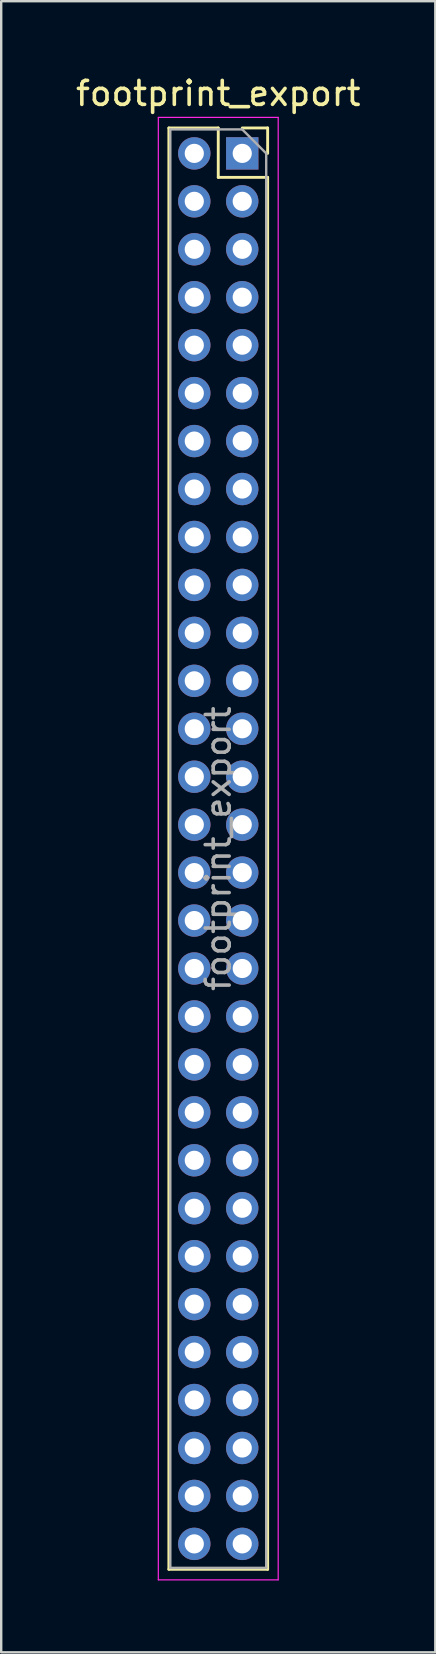
<source format=kicad_pcb>
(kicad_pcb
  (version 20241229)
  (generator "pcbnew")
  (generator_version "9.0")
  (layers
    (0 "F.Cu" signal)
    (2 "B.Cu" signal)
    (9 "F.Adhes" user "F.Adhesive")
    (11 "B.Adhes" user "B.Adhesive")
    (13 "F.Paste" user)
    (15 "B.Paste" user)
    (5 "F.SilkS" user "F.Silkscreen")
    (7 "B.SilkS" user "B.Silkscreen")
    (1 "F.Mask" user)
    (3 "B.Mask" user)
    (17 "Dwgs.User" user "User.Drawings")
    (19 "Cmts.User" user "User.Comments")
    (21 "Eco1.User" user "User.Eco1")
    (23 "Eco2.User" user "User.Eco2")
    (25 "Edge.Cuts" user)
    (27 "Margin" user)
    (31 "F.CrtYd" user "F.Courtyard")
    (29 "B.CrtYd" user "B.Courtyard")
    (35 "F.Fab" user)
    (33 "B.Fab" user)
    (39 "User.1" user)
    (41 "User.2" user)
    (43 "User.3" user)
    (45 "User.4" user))
  (footprint "footprint_export"
    (layer "F.Cu")
    (at 7.054 3.348)
    (property "Reference" "footprint_export" (at -1 -2.5 0) (layer "F.SilkS") (effects (font (size 1 1) (thickness 0.15))))
    (attr through_hole)
    (fp_line (start -3.06 -1.06) (end -3.06 59.06) (stroke (width 0.12) (type solid)) (layer "F.SilkS"))
    (fp_line (start -3.06 -1.06) (end -1 -1.06) (stroke (width 0.12) (type solid)) (layer "F.SilkS"))
    (fp_line (start -3.06 59.06) (end 1.06 59.06) (stroke (width 0.12) (type solid)) (layer "F.SilkS"))
    (fp_line (start -1 -1.06) (end -1 1) (stroke (width 0.12) (type solid)) (layer "F.SilkS"))
    (fp_line (start -1 1) (end 1.06 1) (stroke (width 0.12) (type solid)) (layer "F.SilkS"))
    (fp_line (start 0 -1.06) (end 1.06 -1.06) (stroke (width 0.12) (type solid)) (layer "F.SilkS"))
    (fp_line (start 1.06 -1.06) (end 1.06 0) (stroke (width 0.12) (type solid)) (layer "F.SilkS"))
    (fp_line (start 1.06 1) (end 1.06 59.06) (stroke (width 0.12) (type solid)) (layer "F.SilkS"))
    (fp_line (start -3.5 -1.5) (end 1.5 -1.5) (stroke (width 0.05) (type solid)) (layer "F.CrtYd"))
    (fp_line (start -3.5 59.5) (end -3.5 -1.5) (stroke (width 0.05) (type solid)) (layer "F.CrtYd"))
    (fp_line (start 1.5 -1.5) (end 1.5 59.5) (stroke (width 0.05) (type solid)) (layer "F.CrtYd"))
    (fp_line (start 1.5 59.5) (end -3.5 59.5) (stroke (width 0.05) (type solid)) (layer "F.CrtYd"))
    (fp_line (start -3 -1) (end 0 -1) (stroke (width 0.1) (type solid)) (layer "F.Fab"))
    (fp_line (start -3 59) (end -3 -1) (stroke (width 0.1) (type solid)) (layer "F.Fab"))
    (fp_line (start 0 -1) (end 1 0) (stroke (width 0.1) (type solid)) (layer "F.Fab"))
    (fp_line (start 1 0) (end 1 59) (stroke (width 0.1) (type solid)) (layer "F.Fab"))
    (fp_line (start 1 59) (end -3 59) (stroke (width 0.1) (type solid)) (layer "F.Fab"))
    (fp_text user "${REFERENCE}" (at -1 29 90) (layer "F.Fab") (effects (font (size 1 1) (thickness 0.15))))
    (pad "1" thru_hole rect (at 0 0) (size 1.35 1.35) (drill 0.8) (layers "*.Cu" "*.Mask"))
    (pad "2" thru_hole oval (at -2 0) (size 1.35 1.35) (drill 0.8) (layers "*.Cu" "*.Mask"))
    (pad "3" thru_hole oval (at 0 2) (size 1.35 1.35) (drill 0.8) (layers "*.Cu" "*.Mask"))
    (pad "4" thru_hole oval (at -2 2) (size 1.35 1.35) (drill 0.8) (layers "*.Cu" "*.Mask"))
    (pad "5" thru_hole oval (at 0 4) (size 1.35 1.35) (drill 0.8) (layers "*.Cu" "*.Mask"))
    (pad "6" thru_hole oval (at -2 4) (size 1.35 1.35) (drill 0.8) (layers "*.Cu" "*.Mask"))
    (pad "7" thru_hole oval (at 0 6) (size 1.35 1.35) (drill 0.8) (layers "*.Cu" "*.Mask"))
    (pad "8" thru_hole oval (at -2 6) (size 1.35 1.35) (drill 0.8) (layers "*.Cu" "*.Mask"))
    (pad "9" thru_hole oval (at 0 8) (size 1.35 1.35) (drill 0.8) (layers "*.Cu" "*.Mask"))
    (pad "10" thru_hole oval (at -2 8) (size 1.35 1.35) (drill 0.8) (layers "*.Cu" "*.Mask"))
    (pad "11" thru_hole oval (at 0 10) (size 1.35 1.35) (drill 0.8) (layers "*.Cu" "*.Mask"))
    (pad "12" thru_hole oval (at -2 10) (size 1.35 1.35) (drill 0.8) (layers "*.Cu" "*.Mask"))
    (pad "13" thru_hole oval (at 0 12) (size 1.35 1.35) (drill 0.8) (layers "*.Cu" "*.Mask"))
    (pad "14" thru_hole oval (at -2 12) (size 1.35 1.35) (drill 0.8) (layers "*.Cu" "*.Mask"))
    (pad "15" thru_hole oval (at 0 14) (size 1.35 1.35) (drill 0.8) (layers "*.Cu" "*.Mask"))
    (pad "16" thru_hole oval (at -2 14) (size 1.35 1.35) (drill 0.8) (layers "*.Cu" "*.Mask"))
    (pad "17" thru_hole oval (at 0 16) (size 1.35 1.35) (drill 0.8) (layers "*.Cu" "*.Mask"))
    (pad "18" thru_hole oval (at -2 16) (size 1.35 1.35) (drill 0.8) (layers "*.Cu" "*.Mask"))
    (pad "19" thru_hole oval (at 0 18) (size 1.35 1.35) (drill 0.8) (layers "*.Cu" "*.Mask"))
    (pad "20" thru_hole oval (at -2 18) (size 1.35 1.35) (drill 0.8) (layers "*.Cu" "*.Mask"))
    (pad "21" thru_hole oval (at 0 20) (size 1.35 1.35) (drill 0.8) (layers "*.Cu" "*.Mask"))
    (pad "22" thru_hole oval (at -2 20) (size 1.35 1.35) (drill 0.8) (layers "*.Cu" "*.Mask"))
    (pad "23" thru_hole oval (at 0 22) (size 1.35 1.35) (drill 0.8) (layers "*.Cu" "*.Mask"))
    (pad "24" thru_hole oval (at -2 22) (size 1.35 1.35) (drill 0.8) (layers "*.Cu" "*.Mask"))
    (pad "25" thru_hole oval (at 0 24) (size 1.35 1.35) (drill 0.8) (layers "*.Cu" "*.Mask"))
    (pad "26" thru_hole oval (at -2 24) (size 1.35 1.35) (drill 0.8) (layers "*.Cu" "*.Mask"))
    (pad "27" thru_hole oval (at 0 26) (size 1.35 1.35) (drill 0.8) (layers "*.Cu" "*.Mask"))
    (pad "28" thru_hole oval (at -2 26) (size 1.35 1.35) (drill 0.8) (layers "*.Cu" "*.Mask"))
    (pad "29" thru_hole oval (at 0 28) (size 1.35 1.35) (drill 0.8) (layers "*.Cu" "*.Mask"))
    (pad "30" thru_hole oval (at -2 28) (size 1.35 1.35) (drill 0.8) (layers "*.Cu" "*.Mask"))
    (pad "31" thru_hole oval (at 0 30) (size 1.35 1.35) (drill 0.8) (layers "*.Cu" "*.Mask"))
    (pad "32" thru_hole oval (at -2 30) (size 1.35 1.35) (drill 0.8) (layers "*.Cu" "*.Mask"))
    (pad "33" thru_hole oval (at 0 32) (size 1.35 1.35) (drill 0.8) (layers "*.Cu" "*.Mask"))
    (pad "34" thru_hole oval (at -2 32) (size 1.35 1.35) (drill 0.8) (layers "*.Cu" "*.Mask"))
    (pad "35" thru_hole oval (at 0 34) (size 1.35 1.35) (drill 0.8) (layers "*.Cu" "*.Mask"))
    (pad "36" thru_hole oval (at -2 34) (size 1.35 1.35) (drill 0.8) (layers "*.Cu" "*.Mask"))
    (pad "37" thru_hole oval (at 0 36) (size 1.35 1.35) (drill 0.8) (layers "*.Cu" "*.Mask"))
    (pad "38" thru_hole oval (at -2 36) (size 1.35 1.35) (drill 0.8) (layers "*.Cu" "*.Mask"))
    (pad "39" thru_hole oval (at 0 38) (size 1.35 1.35) (drill 0.8) (layers "*.Cu" "*.Mask"))
    (pad "40" thru_hole oval (at -2 38) (size 1.35 1.35) (drill 0.8) (layers "*.Cu" "*.Mask"))
    (pad "41" thru_hole oval (at 0 40) (size 1.35 1.35) (drill 0.8) (layers "*.Cu" "*.Mask"))
    (pad "42" thru_hole oval (at -2 40) (size 1.35 1.35) (drill 0.8) (layers "*.Cu" "*.Mask"))
    (pad "43" thru_hole oval (at 0 42) (size 1.35 1.35) (drill 0.8) (layers "*.Cu" "*.Mask"))
    (pad "44" thru_hole oval (at -2 42) (size 1.35 1.35) (drill 0.8) (layers "*.Cu" "*.Mask"))
    (pad "45" thru_hole oval (at 0 44) (size 1.35 1.35) (drill 0.8) (layers "*.Cu" "*.Mask"))
    (pad "46" thru_hole oval (at -2 44) (size 1.35 1.35) (drill 0.8) (layers "*.Cu" "*.Mask"))
    (pad "47" thru_hole oval (at 0 46) (size 1.35 1.35) (drill 0.8) (layers "*.Cu" "*.Mask"))
    (pad "48" thru_hole oval (at -2 46) (size 1.35 1.35) (drill 0.8) (layers "*.Cu" "*.Mask"))
    (pad "49" thru_hole oval (at 0 48) (size 1.35 1.35) (drill 0.8) (layers "*.Cu" "*.Mask"))
    (pad "50" thru_hole oval (at -2 48) (size 1.35 1.35) (drill 0.8) (layers "*.Cu" "*.Mask"))
    (pad "51" thru_hole oval (at 0 50) (size 1.35 1.35) (drill 0.8) (layers "*.Cu" "*.Mask"))
    (pad "52" thru_hole oval (at -2 50) (size 1.35 1.35) (drill 0.8) (layers "*.Cu" "*.Mask"))
    (pad "53" thru_hole oval (at 0 52) (size 1.35 1.35) (drill 0.8) (layers "*.Cu" "*.Mask"))
    (pad "54" thru_hole oval (at -2 52) (size 1.35 1.35) (drill 0.8) (layers "*.Cu" "*.Mask"))
    (pad "55" thru_hole oval (at 0 54) (size 1.35 1.35) (drill 0.8) (layers "*.Cu" "*.Mask"))
    (pad "56" thru_hole oval (at -2 54) (size 1.35 1.35) (drill 0.8) (layers "*.Cu" "*.Mask"))
    (pad "57" thru_hole oval (at 0 56) (size 1.35 1.35) (drill 0.8) (layers "*.Cu" "*.Mask"))
    (pad "58" thru_hole oval (at -2 56) (size 1.35 1.35) (drill 0.8) (layers "*.Cu" "*.Mask"))
    (pad "59" thru_hole oval (at 0 58) (size 1.35 1.35) (drill 0.8) (layers "*.Cu" "*.Mask"))
    (pad "60" thru_hole oval (at -2 58) (size 1.35 1.35) (drill 0.8) (layers "*.Cu" "*.Mask")))
  (gr_rect
    (start -3 -3)
    (end 15.107 65.873)
    (stroke (width 0.1) (type default))
    (fill no)
    (layer "Edge.Cuts")))
</source>
